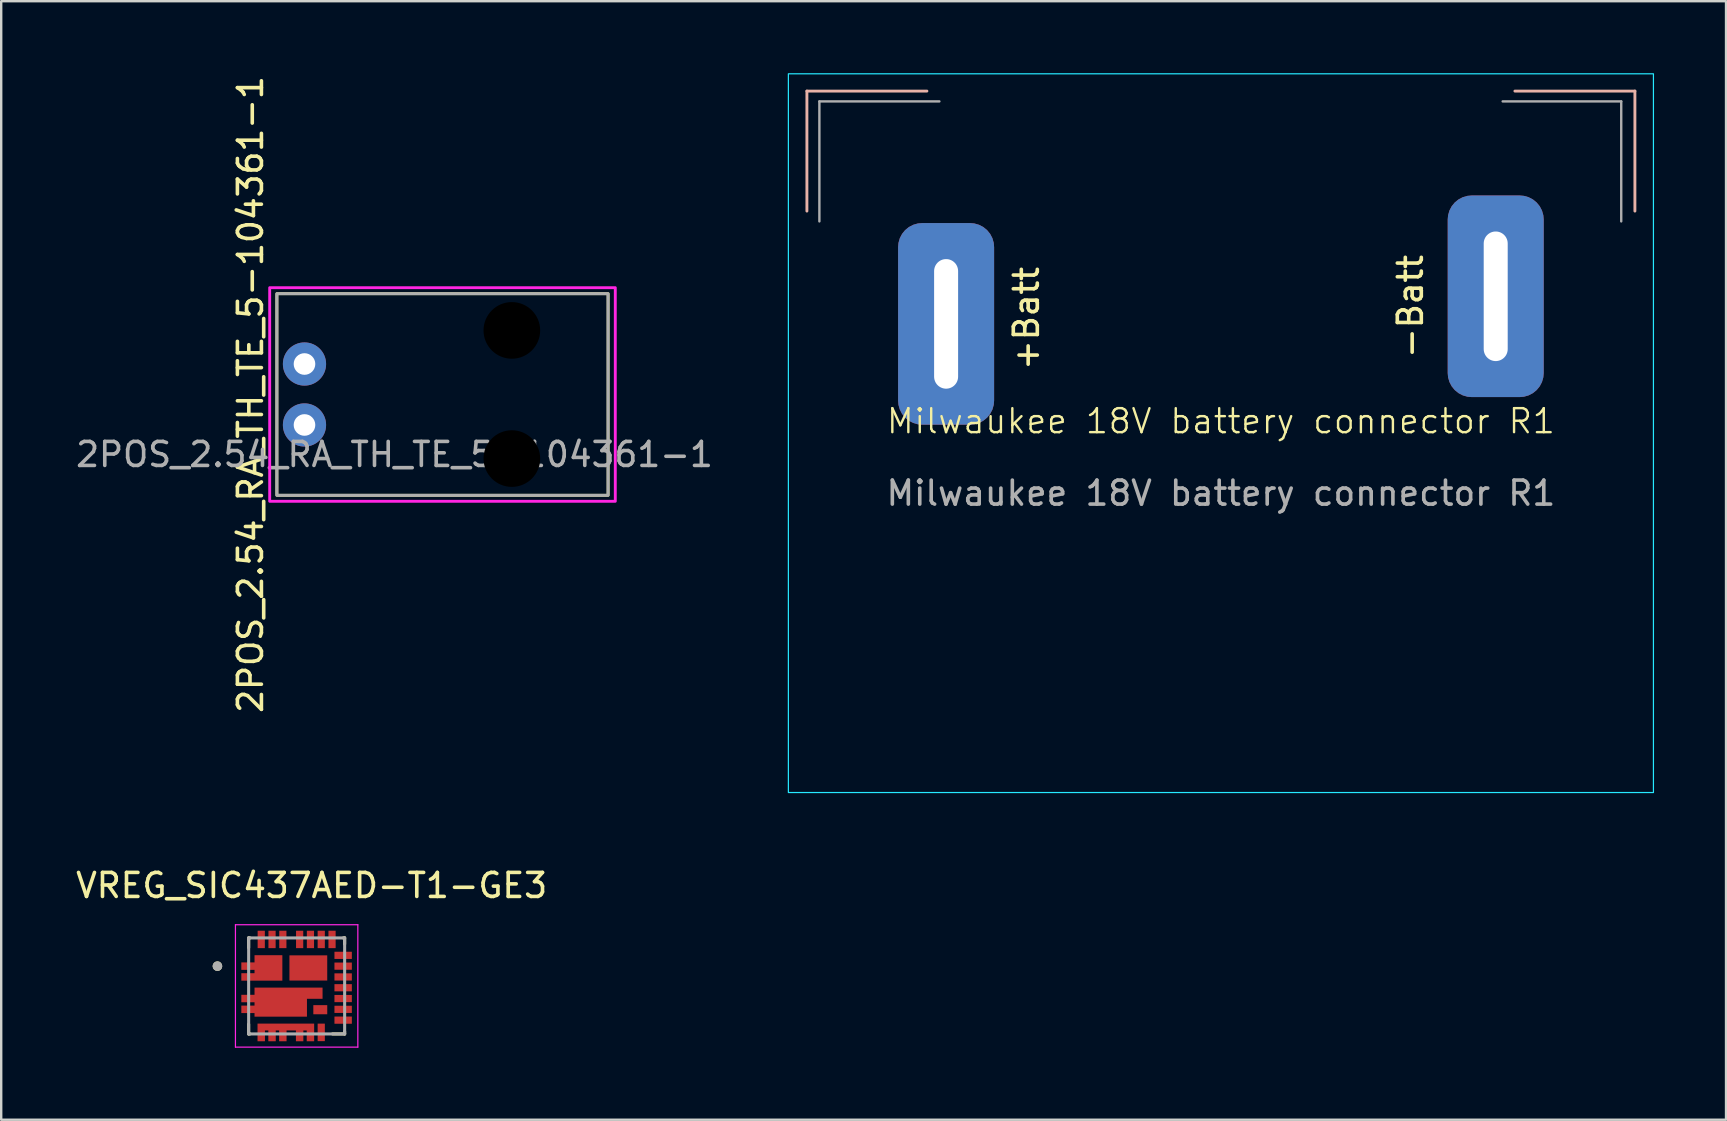
<source format=kicad_pcb>
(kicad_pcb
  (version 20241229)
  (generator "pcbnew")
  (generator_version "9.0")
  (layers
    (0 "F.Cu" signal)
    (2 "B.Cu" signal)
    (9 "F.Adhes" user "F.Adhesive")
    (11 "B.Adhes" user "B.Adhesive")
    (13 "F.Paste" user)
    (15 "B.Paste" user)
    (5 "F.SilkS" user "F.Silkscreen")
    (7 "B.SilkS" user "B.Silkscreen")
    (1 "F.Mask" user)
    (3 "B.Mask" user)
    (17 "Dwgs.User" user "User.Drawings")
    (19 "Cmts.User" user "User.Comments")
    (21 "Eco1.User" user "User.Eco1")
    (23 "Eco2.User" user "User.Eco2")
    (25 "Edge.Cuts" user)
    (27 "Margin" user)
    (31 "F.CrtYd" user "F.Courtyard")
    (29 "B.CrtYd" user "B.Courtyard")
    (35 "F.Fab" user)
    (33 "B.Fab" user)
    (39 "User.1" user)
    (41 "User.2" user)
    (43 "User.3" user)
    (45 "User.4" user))
  (footprint "2POS_2.54_RA_TH_TE_5-104361-1"
    (layer "F.Cu")
    (at 13.387 13.387)
    (property "Reference" "2POS_2.54_RA_TH_TE_5-104361-1" (at -6 0 90) (unlocked yes) (layer "F.SilkS") (effects (font (size 1 1) (thickness 0.15))))
    (attr through_hole)
    (fp_rect (start 8.9 -4.2) (end -4.9 4.2) (stroke (width 0.12) (type solid)) (fill no) (layer "F.SilkS"))
    (fp_rect (start 9.2 -4.45) (end -5.2 4.45) (stroke (width 0.12) (type solid)) (fill no) (layer "F.CrtYd"))
    (fp_rect (start 8.9 -4.2) (end -4.9 4.2) (stroke (width 0.12) (type solid)) (fill no) (layer "F.Fab"))
    (fp_text user "${REFERENCE}" (at 0 2.5 0) (unlocked yes) (layer "F.Fab") (effects (font (size 1 1) (thickness 0.15))))
    (pad "" np_thru_hole circle (at 4.89 -2.67) (size 2.8 2.8) (drill 2.36) (layers "*.Mask"))
    (pad "" np_thru_hole circle (at 4.89 2.67) (size 2.8 2.8) (drill 2.36) (layers "*.Mask"))
    (pad "1" thru_hole circle (at -3.75 -1.27) (size 1.8 1.8) (drill 0.9) (layers "*.Cu" "*.Mask"))
    (pad "2" thru_hole circle (at -3.75 1.27) (size 1.8 1.8) (drill 0.9) (layers "*.Cu" "*.Mask")))
  (footprint "VREG_SIC437AED-T1-GE3"
    (layer "F.Cu")
    (at 9.31 38.031)
    (property "Reference" "VREG_SIC437AED-T1-GE3" (at 0.625 -4.185 0) (layer "F.SilkS") (effects (font (size 1 1) (thickness 0.15))))
    (attr smd)
    (fp_poly (pts (xy -1.675 -2.35) (xy -1.275 -2.35) (xy -1.275 -1.525) (xy -1.675 -1.525)) (stroke (width 0.01) (type solid)) (fill yes) (layer "F.Mask"))
    (fp_poly (pts (xy -1.225 -2.35) (xy -0.825 -2.35) (xy -0.825 -1.525) (xy -1.225 -1.525)) (stroke (width 0.01) (type solid)) (fill yes) (layer "F.Mask"))
    (fp_poly (pts (xy -0.775 -2.35) (xy -0.375 -2.35) (xy -0.375 -1.525) (xy -0.775 -1.525)) (stroke (width 0.01) (type solid)) (fill yes) (layer "F.Mask"))
    (fp_poly (pts (xy -0.35 -1.325) (xy 1.325 -1.325) (xy 1.325 -0.175) (xy -0.35 -0.175)) (stroke (width 0.01) (type solid)) (fill yes) (layer "F.Mask"))
    (fp_poly (pts (xy -0.075 -2.35) (xy 0.325 -2.35) (xy 0.325 -1.525) (xy -0.075 -1.525)) (stroke (width 0.01) (type solid)) (fill yes) (layer "F.Mask"))
    (fp_poly (pts (xy 0.375 -2.35) (xy 0.775 -2.35) (xy 0.775 -1.525) (xy 0.375 -1.525)) (stroke (width 0.01) (type solid)) (fill yes) (layer "F.Mask"))
    (fp_poly (pts (xy 0.645 0.75) (xy 1.325 0.75) (xy 1.325 1.23) (xy 0.645 1.23)) (stroke (width 0.01) (type solid)) (fill yes) (layer "F.Mask"))
    (fp_poly (pts (xy 0.825 -2.35) (xy 1.225 -2.35) (xy 1.225 -1.525) (xy 0.825 -1.525)) (stroke (width 0.01) (type solid)) (fill yes) (layer "F.Mask"))
    (fp_poly (pts (xy 0.825 1.522) (xy 1.225 1.522) (xy 1.225 2.348) (xy 0.825 2.348)) (stroke (width 0.01) (type solid)) (fill yes) (layer "F.Mask"))
    (fp_poly (pts (xy 1.275 -2.35) (xy 1.675 -2.35) (xy 1.675 -1.525) (xy 1.275 -1.525)) (stroke (width 0.01) (type solid)) (fill yes) (layer "F.Mask"))
    (fp_poly (pts (xy 1.525 -1.475) (xy 2.35 -1.475) (xy 2.35 -1.075) (xy 1.525 -1.075)) (stroke (width 0.01) (type solid)) (fill yes) (layer "F.Mask"))
    (fp_poly (pts (xy 1.525 -1.025) (xy 2.35 -1.025) (xy 2.35 -0.625) (xy 1.525 -0.625)) (stroke (width 0.01) (type solid)) (fill yes) (layer "F.Mask"))
    (fp_poly (pts (xy 1.525 -0.575) (xy 2.35 -0.575) (xy 2.35 -0.175) (xy 1.525 -0.175)) (stroke (width 0.01) (type solid)) (fill yes) (layer "F.Mask"))
    (fp_poly (pts (xy 1.525 -0.125) (xy 2.35 -0.125) (xy 2.35 0.275) (xy 1.525 0.275)) (stroke (width 0.01) (type solid)) (fill yes) (layer "F.Mask"))
    (fp_poly (pts (xy 1.525 0.325) (xy 2.35 0.325) (xy 2.35 0.725) (xy 1.525 0.725)) (stroke (width 0.01) (type solid)) (fill yes) (layer "F.Mask"))
    (fp_poly (pts (xy 1.525 0.775) (xy 2.35 0.775) (xy 2.35 1.175) (xy 1.525 1.175)) (stroke (width 0.01) (type solid)) (fill yes) (layer "F.Mask"))
    (fp_poly (pts (xy 1.525 1.225) (xy 2.35 1.225) (xy 2.35 1.625) (xy 1.525 1.625)) (stroke (width 0.01) (type solid)) (fill yes) (layer "F.Mask"))
    (fp_poly (pts (xy -2.35 -1.025) (xy -1.8 -1.025) (xy -1.8 -1.325) (xy -0.55 -1.325) (xy -0.55 -0.175) (xy -2.35 -0.175) (xy -2.35 -0.575) (xy -1.8 -0.575) (xy -1.8 -0.625) (xy -2.35 -0.625)) (stroke (width 0.01) (type solid)) (fill yes) (layer "F.Mask"))
    (fp_poly (pts (xy -2.35 0.325) (xy -1.8 0.325) (xy -1.8 0.025) (xy 1.125 0.025) (xy 1.125 0.58) (xy 0.475 0.58) (xy 0.475 1.325) (xy -1.8 1.325) (xy -1.8 1.175) (xy -2.35 1.175) (xy -2.35 0.775) (xy -1.8 0.775) (xy -1.8 0.725) (xy -2.35 0.725)) (stroke (width 0.01) (type solid)) (fill yes) (layer "F.Mask"))
    (fp_poly (pts (xy -1.675 1.525) (xy -1.675 2.35) (xy -1.275 2.35) (xy -1.275 1.9) (xy -1.225 1.9) (xy -1.225 2.35) (xy -0.825 2.35) (xy -0.825 1.9) (xy -0.775 1.9) (xy -0.775 2.35) (xy -0.375 2.35) (xy -0.375 1.9) (xy -0.075 1.9) (xy -0.075 2.35) (xy 0.275 2.35) (xy 0.275 1.9) (xy 0.375 1.9) (xy 0.375 2.35) (xy 0.775 2.35) (xy 0.775 1.525)) (stroke (width 0.01) (type solid)) (fill yes) (layer "F.Mask"))
    (fp_line (start -2 -2) (end -1.945 -2) (stroke (width 0.127) (type solid)) (layer "F.SilkS"))
    (fp_line (start -2 -1.595) (end -2 -2) (stroke (width 0.127) (type solid)) (layer "F.SilkS"))
    (fp_line (start -2 2) (end -2 1.595) (stroke (width 0.127) (type solid)) (layer "F.SilkS"))
    (fp_line (start -1.945 2) (end -2 2) (stroke (width 0.127) (type solid)) (layer "F.SilkS"))
    (fp_line (start 1.945 -2) (end 2 -2) (stroke (width 0.127) (type solid)) (layer "F.SilkS"))
    (fp_line (start 2 -2) (end 2 -1.745) (stroke (width 0.127) (type solid)) (layer "F.SilkS"))
    (fp_line (start 2 2) (end 1.495 2) (stroke (width 0.127) (type solid)) (layer "F.SilkS"))
    (fp_line (start 2 2) (end 2 1.895) (stroke (width 0.127) (type solid)) (layer "F.SilkS"))
    (fp_circle (center -3.3 -0.825) (end -3.2 -0.825) (stroke (width 0.2) (type solid)) (fill no) (layer "F.SilkS"))
    (fp_poly (pts (xy -2.3 -0.975) (xy -1.75 -0.975) (xy -1.75 -1.275) (xy -0.6 -1.275) (xy -0.6 -0.225) (xy -2.3 -0.225) (xy -2.3 -0.525) (xy -1.75 -0.525) (xy -1.75 -0.675) (xy -2.3 -0.675)) (stroke (width 0.01) (type solid)) (fill yes) (layer "F.Paste"))
    (fp_poly (pts (xy -2.3 0.375) (xy -1.75 0.375) (xy -1.75 0.075) (xy 1.075 0.075) (xy 1.075 0.53) (xy 0.425 0.53) (xy 0.425 1.275) (xy -1.75 1.275) (xy -1.75 1.125) (xy -2.3 1.125) (xy -2.3 0.825) (xy -1.75 0.825) (xy -1.75 0.675) (xy -2.3 0.675)) (stroke (width 0.01) (type solid)) (fill yes) (layer "F.Paste"))
    (fp_poly (pts (xy -1.625 1.575) (xy -1.625 2.3) (xy -1.325 2.3) (xy -1.325 1.85) (xy -1.175 1.85) (xy -1.175 2.3) (xy -0.875 2.3) (xy -0.875 1.85) (xy -0.725 1.85) (xy -0.725 2.3) (xy -0.425 2.3) (xy -0.425 1.85) (xy -0.025 1.85) (xy -0.025 2.3) (xy 0.275 2.3) (xy 0.275 1.85) (xy 0.425 1.85) (xy 0.425 2.3) (xy 0.725 2.3) (xy 0.725 1.575)) (stroke (width 0.01) (type solid)) (fill yes) (layer "F.Paste"))
    (fp_line (start -2.55 -2.55) (end -2.55 2.55) (stroke (width 0.05) (type solid)) (layer "F.CrtYd"))
    (fp_line (start -2.55 2.55) (end 2.55 2.55) (stroke (width 0.05) (type solid)) (layer "F.CrtYd"))
    (fp_line (start 2.55 -2.55) (end -2.55 -2.55) (stroke (width 0.05) (type solid)) (layer "F.CrtYd"))
    (fp_line (start 2.55 2.55) (end 2.55 -2.55) (stroke (width 0.05) (type solid)) (layer "F.CrtYd"))
    (fp_line (start -2 -2) (end 2 -2) (stroke (width 0.127) (type solid)) (layer "F.Fab"))
    (fp_line (start -2 2) (end -2 -2) (stroke (width 0.127) (type solid)) (layer "F.Fab"))
    (fp_line (start 2 -2) (end 2 2) (stroke (width 0.127) (type solid)) (layer "F.Fab"))
    (fp_line (start 2 2) (end -2 2) (stroke (width 0.127) (type solid)) (layer "F.Fab"))
    (fp_circle (center -3.3 -0.825) (end -3.2 -0.825) (stroke (width 0.2) (type solid)) (fill no) (layer "F.Fab"))
    (pad "1" smd custom (at -2.025 -0.825) (size 0.1 0.1) (layers "F.Cu") (options (anchor rect)) (primitives (gr_poly (pts (xy -0.275 -0.15) (xy 0.275 -0.15) (xy 0.275 -0.45) (xy 1.425 -0.45) (xy 1.425 0.6) (xy -0.275 0.6) (xy -0.275 0.3) (xy 0.275 0.3) (xy 0.275 0.15) (xy -0.275 0.15)) (width 0.01) (fill yes))))
    (pad "3" smd custom (at -2.025 0.525) (size 0.1 0.1) (layers "F.Cu") (options (anchor rect)) (primitives (gr_poly (pts (xy -0.275 -0.15) (xy 0.275 -0.15) (xy 0.275 -0.45) (xy 3.1 -0.45) (xy 3.1 0.005) (xy 2.45 0.005) (xy 2.45 0.75) (xy 0.275 0.75) (xy 0.275 0.6) (xy -0.275 0.6) (xy -0.275 0.3) (xy 0.275 0.3) (xy 0.275 0.15) (xy -0.275 0.15)) (width 0.01) (fill yes))))
    (pad "5_6_7_8_9" smd custom (at -1.475 2.075) (size 0.1 0.1) (layers "F.Cu") (options (anchor rect)) (primitives (gr_poly (pts (xy -0.15 -0.5) (xy -0.15 0.225) (xy 0.15 0.225) (xy 0.15 -0.225) (xy 0.3 -0.225) (xy 0.3 0.225) (xy 0.6 0.225) (xy 0.6 -0.225) (xy 0.75 -0.225) (xy 0.75 0.225) (xy 1.05 0.225) (xy 1.05 -0.225) (xy 1.45 -0.225) (xy 1.45 0.225) (xy 1.75 0.225) (xy 1.75 -0.225) (xy 1.9 -0.225) (xy 1.9 0.225) (xy 2.2 0.225) (xy 2.2 -0.5)) (width 0.01) (fill yes))))
    (pad "10" smd rect (at 1.025 1.935) (size 0.3 0.73) (layers "F.Cu" "F.Paste"))
    (pad "11" smd rect (at 1.938 1.425) (size 0.725 0.3) (layers "F.Cu" "F.Paste"))
    (pad "12" smd rect (at 1.938 0.975) (size 0.725 0.3) (layers "F.Cu" "F.Paste"))
    (pad "13" smd rect (at 1.938 0.525) (size 0.725 0.3) (layers "F.Cu" "F.Paste"))
    (pad "14" smd rect (at 1.938 0.075) (size 0.725 0.3) (layers "F.Cu" "F.Paste"))
    (pad "15" smd rect (at 1.938 -0.375) (size 0.725 0.3) (layers "F.Cu" "F.Paste"))
    (pad "16" smd rect (at 1.938 -0.825) (size 0.725 0.3) (layers "F.Cu" "F.Paste"))
    (pad "17" smd rect (at 1.938 -1.275) (size 0.725 0.3) (layers "F.Cu" "F.Paste"))
    (pad "18" smd rect (at 1.475 -1.938) (size 0.3 0.725) (layers "F.Cu" "F.Paste"))
    (pad "19" smd rect (at 1.025 -1.938) (size 0.3 0.725) (layers "F.Cu" "F.Paste"))
    (pad "20" smd rect (at 0.575 -1.938) (size 0.3 0.725) (layers "F.Cu" "F.Paste"))
    (pad "21" smd rect (at 0.125 -1.938) (size 0.3 0.725) (layers "F.Cu" "F.Paste"))
    (pad "22" smd rect (at -0.575 -1.938) (size 0.3 0.725) (layers "F.Cu" "F.Paste"))
    (pad "23" smd rect (at -1.025 -1.938) (size 0.3 0.725) (layers "F.Cu" "F.Paste"))
    (pad "24" smd rect (at -1.475 -1.938) (size 0.3 0.725) (layers "F.Cu" "F.Paste"))
    (pad "25" smd rect (at 0.487 -0.75) (size 1.575 1.05) (layers "F.Cu" "F.Paste"))
    (pad "28" smd rect (at 0.985 0.99) (size 0.58 0.38) (layers "F.Cu" "F.Paste")))
  (footprint "Milwaukee 18V battery connector R1"
    (layer "F.Cu")
    (at 47.821 14.999)
    (property "Reference" "Milwaukee 18V battery connector R1" (at 0 -0.5 0) (unlocked yes) (layer "F.SilkS") (effects (font (size 1 1) (thickness 0.1))))
    (attr smd)
    (fp_line (start -17.25 -14.254) (end -17.25 -9.254) (stroke (width 0.12) (type default)) (layer "B.SilkS"))
    (fp_line (start -12.25 -14.254) (end -17.25 -14.254) (stroke (width 0.12) (type default)) (layer "B.SilkS"))
    (fp_line (start 12.25 -14.254) (end 17.25 -14.254) (stroke (width 0.12) (type default)) (layer "B.SilkS"))
    (fp_line (start 17.25 -14.254) (end 17.25 -9.254) (stroke (width 0.12) (type default)) (layer "B.SilkS"))
    (fp_rect (start -18.022 -14.974) (end 18.022 14.974) (stroke (width 0.05) (type default)) (fill no) (layer "B.CrtYd"))
    (fp_line (start -16.73 -13.824) (end -16.73 -8.824) (stroke (width 0.1) (type default)) (layer "F.Fab"))
    (fp_line (start -11.73 -13.824) (end -16.73 -13.824) (stroke (width 0.1) (type default)) (layer "F.Fab"))
    (fp_line (start 11.74 -13.824) (end 16.68 -13.824) (stroke (width 0.1) (type default)) (layer "F.Fab"))
    (fp_line (start 16.68 -13.824) (end 16.68 -8.824) (stroke (width 0.1) (type default)) (layer "F.Fab"))
    (fp_text user "-Batt" (at 8.48 -3.038 90) (unlocked yes) (layer "F.SilkS") (effects (font (size 1 1) (thickness 0.15)) (justify left bottom)))
    (fp_text user "+Batt" (at -7.52 -2.538 90) (unlocked yes) (layer "F.SilkS") (effects (font (size 1 1) (thickness 0.15)) (justify left bottom)))
    (fp_text user "${REFERENCE}" (at 0 2.5 0) (unlocked yes) (layer "F.Fab") (effects (font (size 1 1) (thickness 0.15))))
    (pad "1" thru_hole roundrect (at -11.45 -4.554) (size 4 8.4) (drill oval 1 5.4) (layers "*.Cu" "*.Mask") (roundrect_rratio 0.25))
    (pad "2" thru_hole roundrect (at 11.45 -5.704) (size 4 8.4) (drill oval 1 5.4) (layers "*.Cu" "*.Mask") (roundrect_rratio 0.25)))
  (gr_rect
    (start -3 -3)
    (end 68.868 43.606)
    (stroke (width 0.1) (type default))
    (fill no)
    (layer "Edge.Cuts")))
</source>
